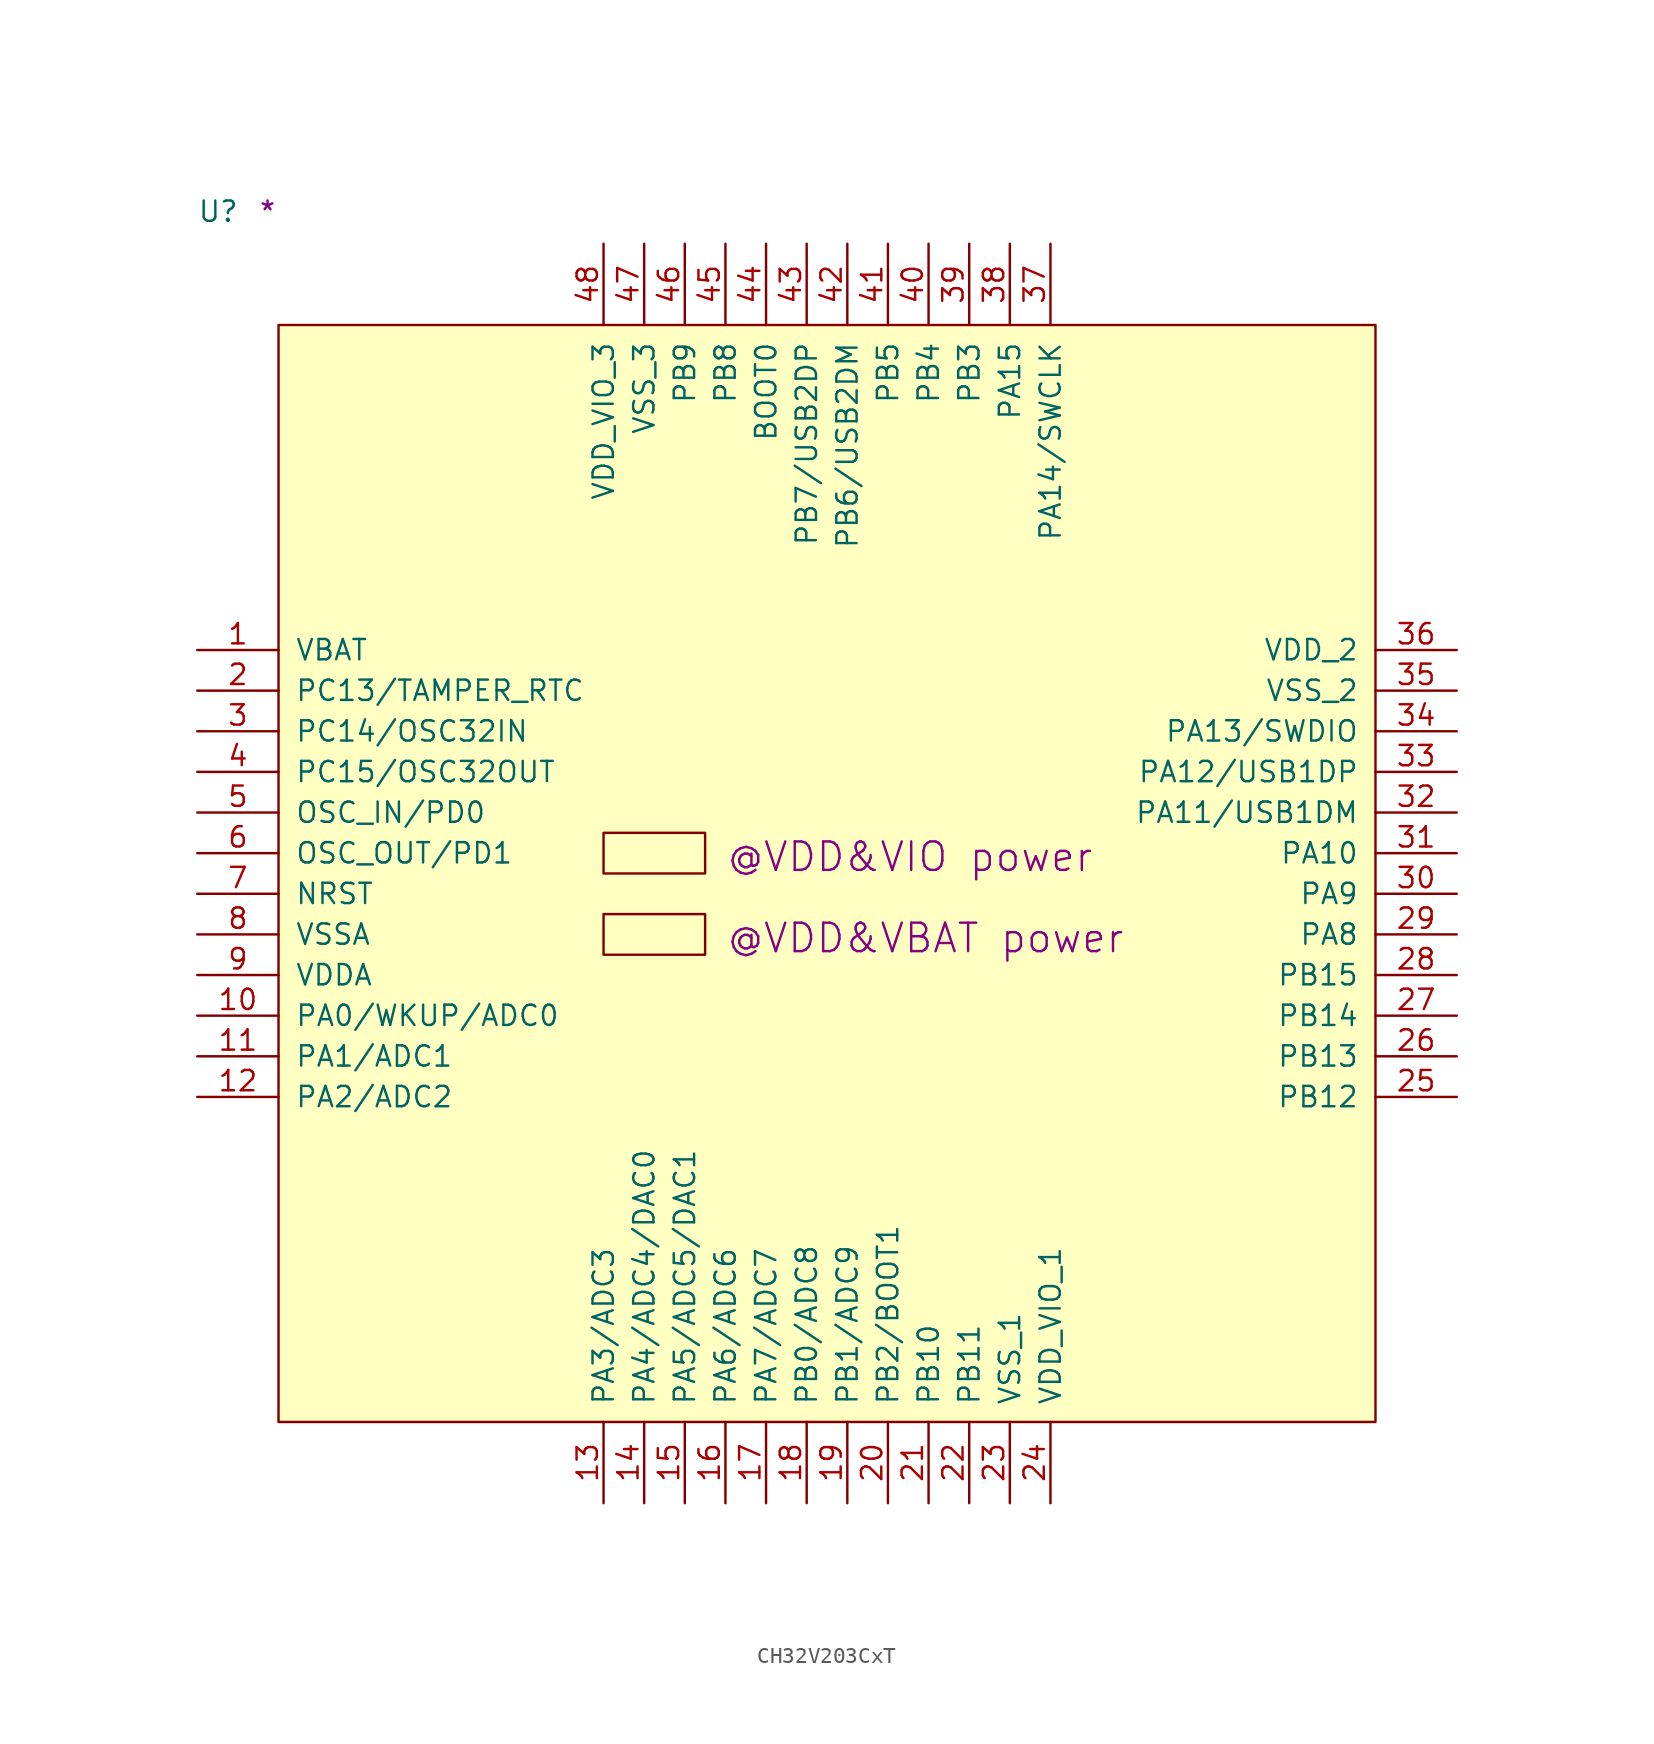
<source format=kicad_sym>
(kicad_symbol_lib
  (version 20211014)
  (generator kicad_symbol_editor)
  (symbol "CH32V203CxT"
    (pin_names
      (offset 1.016))
    (property "Reference" "U"
      (at -5.08 6.35 0)
      (effects (font (size 1.27 1.27)) (justify left bottom)))
    (property "user" "@VDD&VIO power"
      (at 27.94 -34.29 0)
      (effects (font (size 1.778 1.778)) (justify left bottom)))
    (property "user_1" "@VDD&VBAT power"
      (at 27.94 -39.37 0)
      (effects (font (size 1.778 1.778)) (justify left bottom)))
    (property "Comment" "*"
      (at -1.27 6.35 0)
      (effects (font (size 1.27 1.27)) (justify left bottom)))
    (symbol "CH32V203CxT_1_1"
      (rectangle (start 0 -68.58) (end 68.58 0) (stroke (width 0) (type default) (color 0 0 0 0)) (fill (type background)))
      (rectangle (start 20.32 -39.37) (end 26.67 -36.83) (stroke (width 0) (type default) (color 0 0 0 0)) (fill (type background)))
      (rectangle (start 20.32 -34.29) (end 26.67 -31.75) (stroke (width 0) (type default) (color 0 0 0 0)) (fill (type background)))
      (pin power_in line (at -5.08 -20.32 0) (length 5.08) (name "VBAT" (effects (font (size 1.27 1.27)))) (number "1" (effects (font (size 1.27 1.27)))))
      (pin bidirectional line (at -5.08 -43.18 0) (length 5.08) (name "PA0/WKUP/ADC0" (effects (font (size 1.27 1.27)))) (number "10" (effects (font (size 1.27 1.27)))))
      (pin bidirectional line (at -5.08 -45.72 0) (length 5.08) (name "PA1/ADC1" (effects (font (size 1.27 1.27)))) (number "11" (effects (font (size 1.27 1.27)))))
      (pin bidirectional line (at -5.08 -48.26 0) (length 5.08) (name "PA2/ADC2" (effects (font (size 1.27 1.27)))) (number "12" (effects (font (size 1.27 1.27)))))
      (pin bidirectional line (at 20.32 -73.66 90) (length 5.08) (name "PA3/ADC3" (effects (font (size 1.27 1.27)))) (number "13" (effects (font (size 1.27 1.27)))))
      (pin bidirectional line (at 22.86 -73.66 90) (length 5.08) (name "PA4/ADC4/DAC0" (effects (font (size 1.27 1.27)))) (number "14" (effects (font (size 1.27 1.27)))))
      (pin bidirectional line (at 25.4 -73.66 90) (length 5.08) (name "PA5/ADC5/DAC1" (effects (font (size 1.27 1.27)))) (number "15" (effects (font (size 1.27 1.27)))))
      (pin bidirectional line (at 27.94 -73.66 90) (length 5.08) (name "PA6/ADC6" (effects (font (size 1.27 1.27)))) (number "16" (effects (font (size 1.27 1.27)))))
      (pin bidirectional line (at 30.48 -73.66 90) (length 5.08) (name "PA7/ADC7" (effects (font (size 1.27 1.27)))) (number "17" (effects (font (size 1.27 1.27)))))
      (pin bidirectional line (at 33.02 -73.66 90) (length 5.08) (name "PB0/ADC8" (effects (font (size 1.27 1.27)))) (number "18" (effects (font (size 1.27 1.27)))))
      (pin bidirectional line (at 35.56 -73.66 90) (length 5.08) (name "PB1/ADC9" (effects (font (size 1.27 1.27)))) (number "19" (effects (font (size 1.27 1.27)))))
      (pin bidirectional line (at -5.08 -22.86 0) (length 5.08) (name "PC13/TAMPER_RTC" (effects (font (size 1.27 1.27)))) (number "2" (effects (font (size 1.27 1.27)))))
      (pin bidirectional line (at 38.1 -73.66 90) (length 5.08) (name "PB2/BOOT1" (effects (font (size 1.27 1.27)))) (number "20" (effects (font (size 1.27 1.27)))))
      (pin bidirectional line (at 40.64 -73.66 90) (length 5.08) (name "PB10" (effects (font (size 1.27 1.27)))) (number "21" (effects (font (size 1.27 1.27)))))
      (pin bidirectional line (at 43.18 -73.66 90) (length 5.08) (name "PB11" (effects (font (size 1.27 1.27)))) (number "22" (effects (font (size 1.27 1.27)))))
      (pin power_in line (at 45.72 -73.66 90) (length 5.08) (name "VSS_1" (effects (font (size 1.27 1.27)))) (number "23" (effects (font (size 1.27 1.27)))))
      (pin power_in line (at 48.26 -73.66 90) (length 5.08) (name "VDD_VIO_1" (effects (font (size 1.27 1.27)))) (number "24" (effects (font (size 1.27 1.27)))))
      (pin bidirectional line (at 73.66 -48.26 180) (length 5.08) (name "PB12" (effects (font (size 1.27 1.27)))) (number "25" (effects (font (size 1.27 1.27)))))
      (pin bidirectional line (at 73.66 -45.72 180) (length 5.08) (name "PB13" (effects (font (size 1.27 1.27)))) (number "26" (effects (font (size 1.27 1.27)))))
      (pin bidirectional line (at 73.66 -43.18 180) (length 5.08) (name "PB14" (effects (font (size 1.27 1.27)))) (number "27" (effects (font (size 1.27 1.27)))))
      (pin bidirectional line (at 73.66 -40.64 180) (length 5.08) (name "PB15" (effects (font (size 1.27 1.27)))) (number "28" (effects (font (size 1.27 1.27)))))
      (pin bidirectional line (at 73.66 -38.1 180) (length 5.08) (name "PA8" (effects (font (size 1.27 1.27)))) (number "29" (effects (font (size 1.27 1.27)))))
      (pin bidirectional line (at -5.08 -25.4 0) (length 5.08) (name "PC14/OSC32IN" (effects (font (size 1.27 1.27)))) (number "3" (effects (font (size 1.27 1.27)))))
      (pin bidirectional line (at 73.66 -35.56 180) (length 5.08) (name "PA9" (effects (font (size 1.27 1.27)))) (number "30" (effects (font (size 1.27 1.27)))))
      (pin bidirectional line (at 73.66 -33.02 180) (length 5.08) (name "PA10" (effects (font (size 1.27 1.27)))) (number "31" (effects (font (size 1.27 1.27)))))
      (pin bidirectional line (at 73.66 -30.48 180) (length 5.08) (name "PA11/USB1DM" (effects (font (size 1.27 1.27)))) (number "32" (effects (font (size 1.27 1.27)))))
      (pin bidirectional line (at 73.66 -27.94 180) (length 5.08) (name "PA12/USB1DP" (effects (font (size 1.27 1.27)))) (number "33" (effects (font (size 1.27 1.27)))))
      (pin bidirectional line (at 73.66 -25.4 180) (length 5.08) (name "PA13/SWDIO" (effects (font (size 1.27 1.27)))) (number "34" (effects (font (size 1.27 1.27)))))
      (pin power_in line (at 73.66 -22.86 180) (length 5.08) (name "VSS_2" (effects (font (size 1.27 1.27)))) (number "35" (effects (font (size 1.27 1.27)))))
      (pin power_in line (at 73.66 -20.32 180) (length 5.08) (name "VDD_2" (effects (font (size 1.27 1.27)))) (number "36" (effects (font (size 1.27 1.27)))))
      (pin bidirectional line (at 48.26 5.08 270) (length 5.08) (name "PA14/SWCLK" (effects (font (size 1.27 1.27)))) (number "37" (effects (font (size 1.27 1.27)))))
      (pin bidirectional line (at 45.72 5.08 270) (length 5.08) (name "PA15" (effects (font (size 1.27 1.27)))) (number "38" (effects (font (size 1.27 1.27)))))
      (pin bidirectional line (at 43.18 5.08 270) (length 5.08) (name "PB3" (effects (font (size 1.27 1.27)))) (number "39" (effects (font (size 1.27 1.27)))))
      (pin bidirectional line (at -5.08 -27.94 0) (length 5.08) (name "PC15/OSC32OUT" (effects (font (size 1.27 1.27)))) (number "4" (effects (font (size 1.27 1.27)))))
      (pin bidirectional line (at 40.64 5.08 270) (length 5.08) (name "PB4" (effects (font (size 1.27 1.27)))) (number "40" (effects (font (size 1.27 1.27)))))
      (pin bidirectional line (at 38.1 5.08 270) (length 5.08) (name "PB5" (effects (font (size 1.27 1.27)))) (number "41" (effects (font (size 1.27 1.27)))))
      (pin bidirectional line (at 35.56 5.08 270) (length 5.08) (name "PB6/USB2DM" (effects (font (size 1.27 1.27)))) (number "42" (effects (font (size 1.27 1.27)))))
      (pin bidirectional line (at 33.02 5.08 270) (length 5.08) (name "PB7/USB2DP" (effects (font (size 1.27 1.27)))) (number "43" (effects (font (size 1.27 1.27)))))
      (pin input line (at 30.48 5.08 270) (length 5.08) (name "BOOT0" (effects (font (size 1.27 1.27)))) (number "44" (effects (font (size 1.27 1.27)))))
      (pin bidirectional line (at 27.94 5.08 270) (length 5.08) (name "PB8" (effects (font (size 1.27 1.27)))) (number "45" (effects (font (size 1.27 1.27)))))
      (pin bidirectional line (at 25.4 5.08 270) (length 5.08) (name "PB9" (effects (font (size 1.27 1.27)))) (number "46" (effects (font (size 1.27 1.27)))))
      (pin power_in line (at 22.86 5.08 270) (length 5.08) (name "VSS_3" (effects (font (size 1.27 1.27)))) (number "47" (effects (font (size 1.27 1.27)))))
      (pin power_in line (at 20.32 5.08 270) (length 5.08) (name "VDD_VIO_3" (effects (font (size 1.27 1.27)))) (number "48" (effects (font (size 1.27 1.27)))))
      (pin input line (at -5.08 -30.48 0) (length 5.08) (name "OSC_IN/PD0" (effects (font (size 1.27 1.27)))) (number "5" (effects (font (size 1.27 1.27)))))
      (pin output line (at -5.08 -33.02 0) (length 5.08) (name "OSC_OUT/PD1" (effects (font (size 1.27 1.27)))) (number "6" (effects (font (size 1.27 1.27)))))
      (pin input line (at -5.08 -35.56 0) (length 5.08) (name "NRST" (effects (font (size 1.27 1.27)))) (number "7" (effects (font (size 1.27 1.27)))))
      (pin power_in line (at -5.08 -38.1 0) (length 5.08) (name "VSSA" (effects (font (size 1.27 1.27)))) (number "8" (effects (font (size 1.27 1.27)))))
      (pin power_in line (at -5.08 -40.64 0) (length 5.08) (name "VDDA" (effects (font (size 1.27 1.27)))) (number "9" (effects (font (size 1.27 1.27))))))))
</source>
